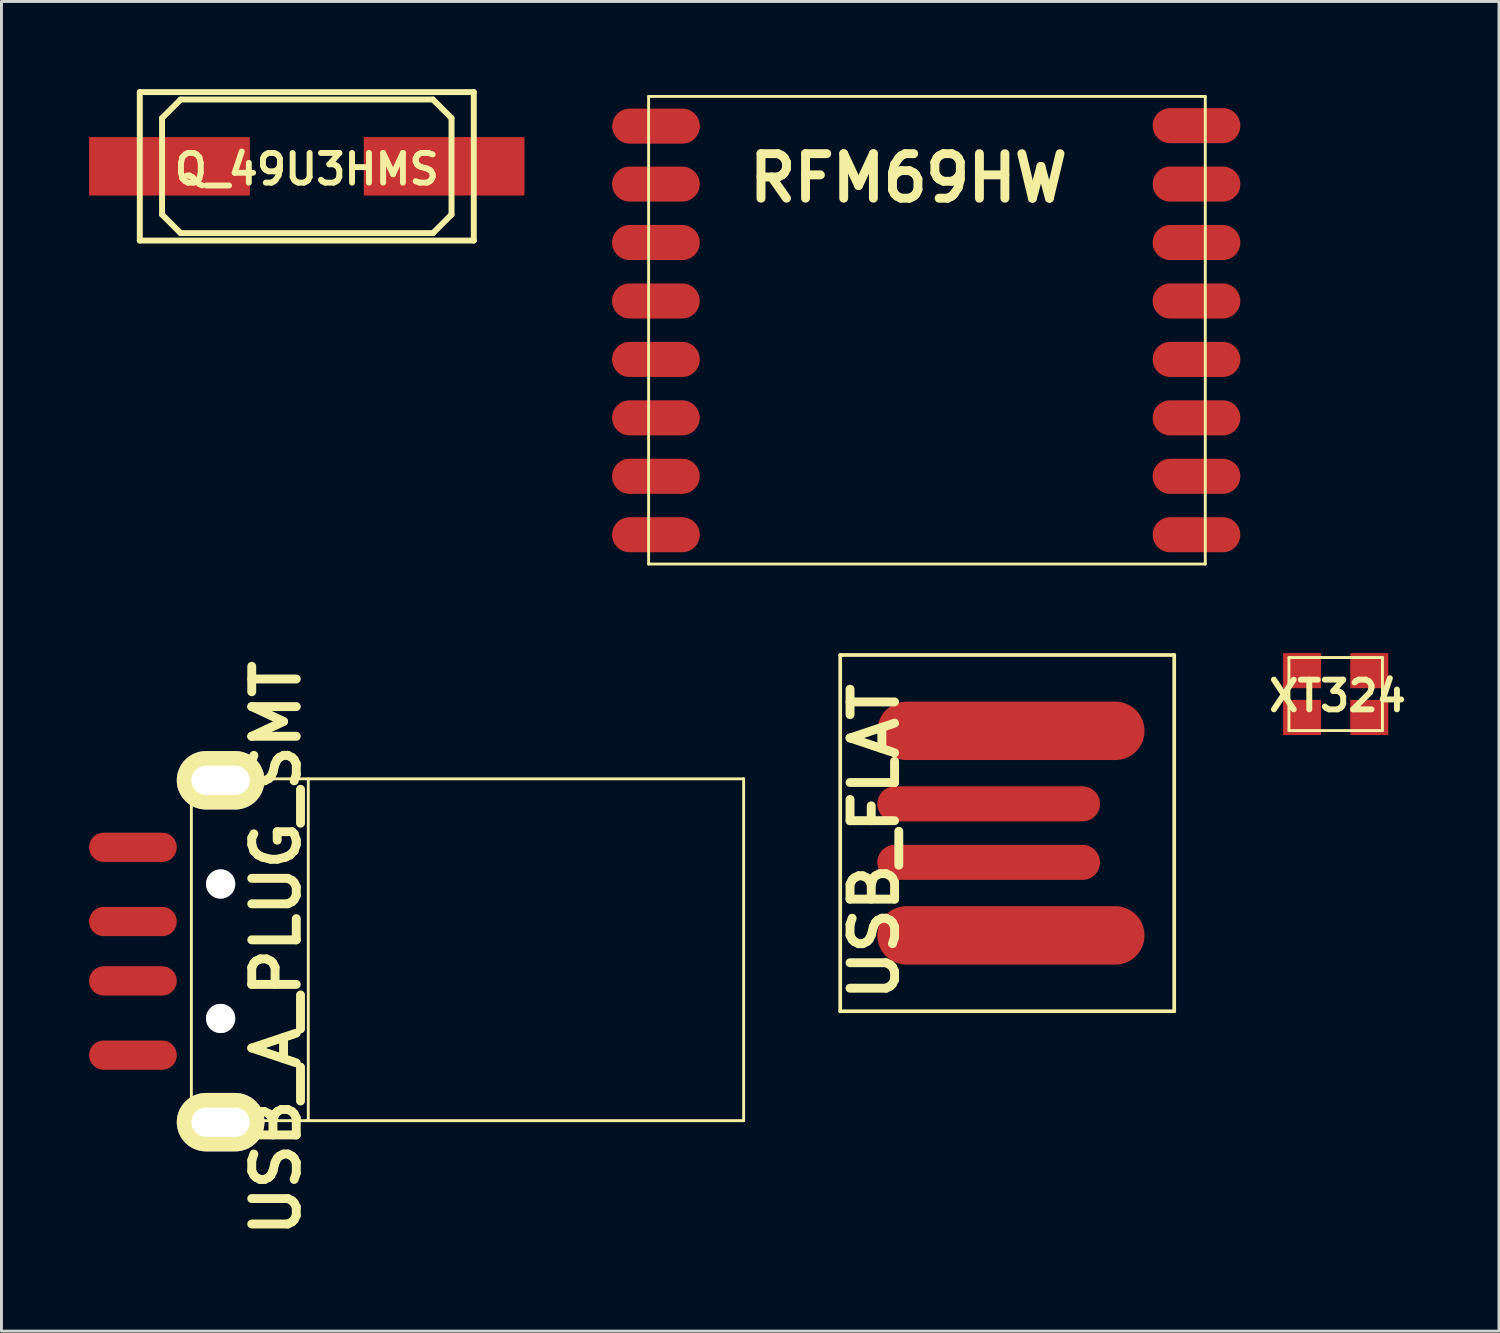
<source format=kicad_pcb>
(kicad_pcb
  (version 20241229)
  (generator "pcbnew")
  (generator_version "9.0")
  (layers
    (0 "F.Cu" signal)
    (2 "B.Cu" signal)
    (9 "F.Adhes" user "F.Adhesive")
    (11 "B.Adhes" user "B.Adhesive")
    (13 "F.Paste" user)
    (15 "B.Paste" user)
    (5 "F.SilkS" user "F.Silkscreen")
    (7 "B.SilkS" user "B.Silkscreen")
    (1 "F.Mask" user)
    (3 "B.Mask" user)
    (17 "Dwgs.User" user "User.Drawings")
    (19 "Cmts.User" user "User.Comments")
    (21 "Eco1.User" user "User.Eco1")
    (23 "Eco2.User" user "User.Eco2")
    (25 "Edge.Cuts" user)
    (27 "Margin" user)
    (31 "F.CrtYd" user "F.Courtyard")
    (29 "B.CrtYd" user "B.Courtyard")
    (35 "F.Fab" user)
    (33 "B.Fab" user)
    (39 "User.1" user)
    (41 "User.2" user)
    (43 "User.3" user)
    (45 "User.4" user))
  (footprint "USB_FLAT"
    (layer "F.Cu")
    (at 26.974 25.461)
    (property "Reference" "USB_FLAT" (at -0.099 0.3 90) (layer "F.SilkS") (effects (font (size 1.524 1.524) (thickness 0.305))))
    (attr through_hole)
    (fp_line (start -1.27 -6.096) (end -1.27 6.096) (stroke (width 0.127) (type solid)) (layer "F.SilkS"))
    (fp_line (start -1.27 6.096) (end 10.16 6.096) (stroke (width 0.127) (type solid)) (layer "F.SilkS"))
    (fp_line (start 10.16 -6.096) (end -1.27 -6.096) (stroke (width 0.127) (type solid)) (layer "F.SilkS"))
    (fp_line (start 10.16 6.096) (end 10.16 -6.096) (stroke (width 0.127) (type solid)) (layer "F.SilkS"))
    (pad "1" connect oval (at 4.572 -3.5) (size 9.144 1.999) (layers "F.Cu" "F.Mask"))
    (pad "2" connect oval (at 3.81 -1.001) (size 7.62 1.199) (layers "F.Cu" "F.Mask"))
    (pad "3" connect oval (at 3.81 1.001) (size 7.62 1.199) (layers "F.Cu" "F.Mask"))
    (pad "4" connect oval (at 4.572 3.5) (size 9.144 1.999) (layers "F.Cu" "F.Mask")))
  (footprint "Q_49U3HMS"
    (layer "F.Cu")
    (at 7.449 2.642)
    (property "Reference" "Q_49U3HMS" (at 0 0.099 0) (layer "F.SilkS") (effects (font (size 1.016 1.016) (thickness 0.203))))
    (attr through_hole)
    (fp_line (start -5.715 -2.54) (end 5.715 -2.54) (stroke (width 0.203) (type solid)) (layer "F.SilkS"))
    (fp_line (start -5.715 2.54) (end -5.715 -2.54) (stroke (width 0.203) (type solid)) (layer "F.SilkS"))
    (fp_line (start -4.953 -1.651) (end -4.953 1.651) (stroke (width 0.203) (type solid)) (layer "F.SilkS"))
    (fp_line (start -4.953 1.651) (end -4.318 2.286) (stroke (width 0.203) (type solid)) (layer "F.SilkS"))
    (fp_line (start -4.318 -2.286) (end -4.953 -1.651) (stroke (width 0.203) (type solid)) (layer "F.SilkS"))
    (fp_line (start -4.318 2.286) (end 4.318 2.286) (stroke (width 0.203) (type solid)) (layer "F.SilkS"))
    (fp_line (start 4.318 -2.286) (end -4.318 -2.286) (stroke (width 0.203) (type solid)) (layer "F.SilkS"))
    (fp_line (start 4.318 2.286) (end 4.953 1.651) (stroke (width 0.203) (type solid)) (layer "F.SilkS"))
    (fp_line (start 4.953 -1.651) (end 4.318 -2.286) (stroke (width 0.203) (type solid)) (layer "F.SilkS"))
    (fp_line (start 4.953 1.651) (end 4.953 -1.651) (stroke (width 0.203) (type solid)) (layer "F.SilkS"))
    (fp_line (start 5.715 -2.54) (end 5.715 2.54) (stroke (width 0.203) (type solid)) (layer "F.SilkS"))
    (fp_line (start 5.715 2.54) (end -5.715 2.54) (stroke (width 0.203) (type solid)) (layer "F.SilkS"))
    (pad "1" smd rect (at -4.699 0) (size 5.499 1.999) (layers "F.Cu" "F.Mask" "F.Paste"))
    (pad "2" smd rect (at 4.699 0) (size 5.499 1.999) (layers "F.Cu" "F.Mask" "F.Paste")))
  (footprint "USB_A_PLUG_SMT"
    (layer "F.Cu")
    (at 4.5 29.503)
    (property "Reference" "USB_A_PLUG_SMT" (at 1.9 -0.099 90) (layer "F.SilkS") (effects (font (size 1.524 1.524) (thickness 0.305))))
    (attr through_hole)
    (fp_line (start -1.001 -5.9) (end -1.001 5.799) (stroke (width 0.099) (type solid)) (layer "F.SilkS"))
    (fp_line (start 3 -5.9) (end 3 5.799) (stroke (width 0.099) (type solid)) (layer "F.SilkS"))
    (fp_line (start 17.899 -5.9) (end -1.001 -5.9) (stroke (width 0.099) (type solid)) (layer "F.SilkS"))
    (fp_line (start 17.899 5.799) (end -1.001 5.799) (stroke (width 0.099) (type solid)) (layer "F.SilkS"))
    (fp_line (start 17.899 5.799) (end 17.899 -5.9) (stroke (width 0.099) (type solid)) (layer "F.SilkS"))
    (pad "" thru_hole circle (at 0 -2.301) (size 1.001 1.001) (drill 1.001) (layers "*.Cu"))
    (pad "" thru_hole circle (at 0 2.301) (size 1.001 1.001) (drill 1.001) (layers "*.Cu"))
    (pad "1" smd oval (at -3 -3.556) (size 3 1.001) (layers "F.Cu" "F.Mask" "F.Paste"))
    (pad "2" smd oval (at -3 -1.016) (size 3 1.001) (layers "F.Cu" "F.Mask" "F.Paste"))
    (pad "3" smd oval (at -3 1.016) (size 3 1.001) (layers "F.Cu" "F.Mask" "F.Paste"))
    (pad "4" smd oval (at -3 3.556) (size 3 1.001) (layers "F.Cu" "F.Mask" "F.Paste"))
    (pad "5" thru_hole oval (at 0 -5.85) (size 3 1.999) (drill oval 1.999 1.001) (layers "*.Cu" "*.Mask" "F.SilkS"))
    (pad "6" thru_hole oval (at 0 5.85) (size 3 1.999) (drill oval 1.999 1.001) (layers "*.Cu" "*.Mask" "F.SilkS")))
  (footprint "RFM69HW"
    (layer "F.Cu")
    (at 19.147 0.25)
    (property "Reference" "RFM69HW" (at 8.89 2.794 0) (layer "F.SilkS") (effects (font (size 1.524 1.524) (thickness 0.305))))
    (attr through_hole)
    (fp_line (start 0 0) (end 19.05 0) (stroke (width 0.099) (type solid)) (layer "F.SilkS"))
    (fp_line (start 0 16.002) (end 0 0) (stroke (width 0.099) (type solid)) (layer "F.SilkS"))
    (fp_line (start 0 16.002) (end 19.05 16.002) (stroke (width 0.099) (type solid)) (layer "F.SilkS"))
    (fp_line (start 19.05 16.002) (end 19.05 0) (stroke (width 0.099) (type solid)) (layer "F.SilkS"))
    (pad "1" connect oval (at 0.254 1.016) (size 3 1.2) (layers "F.Cu" "F.Mask"))
    (pad "2" connect oval (at 0.25 3) (size 3 1.199) (layers "F.Cu" "F.Mask"))
    (pad "3" connect oval (at 0.25 5) (size 3 1.199) (layers "F.Cu" "F.Mask"))
    (pad "4" connect oval (at 0.25 7) (size 3 1.2) (layers "F.Cu" "F.Mask"))
    (pad "5" connect oval (at 0.25 9) (size 3 1.2) (layers "F.Cu" "F.Mask"))
    (pad "6" connect oval (at 0.25 11) (size 3 1.2) (layers "F.Cu" "F.Mask"))
    (pad "7" connect oval (at 0.25 13) (size 3 1.2) (layers "F.Cu" "F.Mask"))
    (pad "8" connect oval (at 0.25 15) (size 3 1.2) (layers "F.Cu" "F.Mask"))
    (pad "9" connect oval (at 18.75 15) (size 3 1.2) (layers "F.Cu" "F.Mask"))
    (pad "10" connect oval (at 18.75 13) (size 3 1.2) (layers "F.Cu" "F.Mask"))
    (pad "11" connect oval (at 18.75 11) (size 3 1.2) (layers "F.Cu" "F.Mask"))
    (pad "12" connect oval (at 18.75 9) (size 3 1.2) (layers "F.Cu" "F.Mask"))
    (pad "13" connect oval (at 18.75 7) (size 3 1.2) (layers "F.Cu" "F.Mask"))
    (pad "14" connect oval (at 18.75 5) (size 3 1.2) (layers "F.Cu" "F.Mask"))
    (pad "15" connect oval (at 18.75 3) (size 3 1.2) (layers "F.Cu" "F.Mask"))
    (pad "16" connect oval (at 18.75 1) (size 3 1.2) (layers "F.Cu" "F.Mask")))
  (footprint "XT324"
    (layer "F.Cu")
    (at 42.66 20.702)
    (property "Reference" "XT324" (at 0.064 0.064 0) (layer "F.SilkS") (effects (font (size 1.016 1.016) (thickness 0.203))))
    (attr through_hole)
    (fp_line (start -1.6 -1.25) (end 1.6 -1.25) (stroke (width 0.099) (type solid)) (layer "F.SilkS"))
    (fp_line (start -1.6 1.25) (end -1.6 -1.25) (stroke (width 0.099) (type solid)) (layer "F.SilkS"))
    (fp_line (start 1.6 -1.25) (end 1.6 1.25) (stroke (width 0.099) (type solid)) (layer "F.SilkS"))
    (fp_line (start 1.6 1.25) (end -1.6 1.25) (stroke (width 0.099) (type solid)) (layer "F.SilkS"))
    (pad "1" smd rect (at -1.15 0.8) (size 1.3 1.2) (layers "F.Cu" "F.Mask" "F.Paste"))
    (pad "2" smd rect (at 1.15 -0.8) (size 1.3 1.2) (layers "F.Cu" "F.Mask" "F.Paste"))
    (pad "3" smd rect (at 1.15 0.8) (size 1.3 1.2) (layers "F.Cu" "F.Mask" "F.Paste"))
    (pad "4" smd rect (at -1.15 -0.8) (size 1.3 1.2) (layers "F.Cu" "F.Mask" "F.Paste")))
  (gr_rect
    (start -3 -3)
    (end 48.249 42.505)
    (stroke (width 0.1) (type default))
    (fill no)
    (layer "Edge.Cuts")))
</source>
